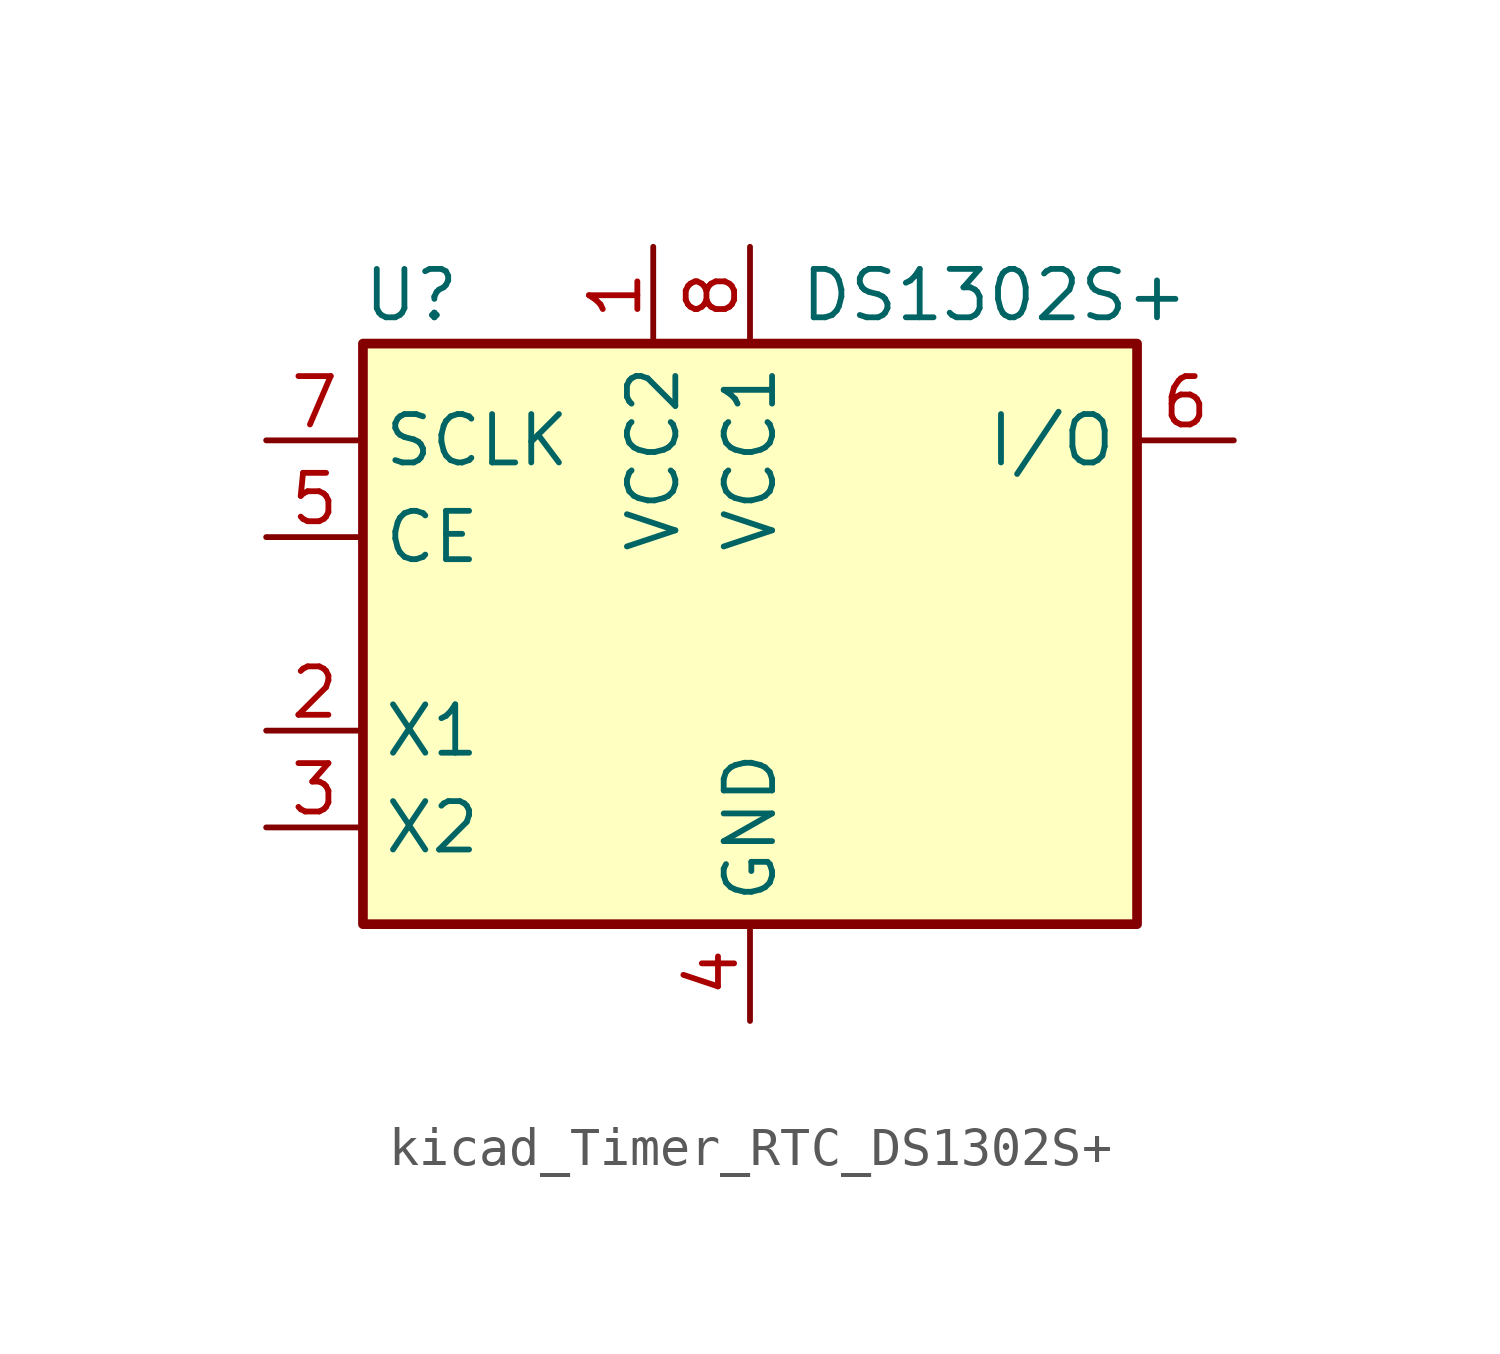
<source format=kicad_sym>
(kicad_symbol_lib
  (version 20220914)
  (generator kicad_symbol_editor)
  (symbol "kicad_Timer_RTC_DS1302S+"
    (property "Reference" "U"
      (at -8.89 8.89 0)
      (effects (font (size 1.27 1.27))))
    (property "Value" "DS1302S+"
      (at 1.27 8.89 0)
      (effects (font (size 1.27 1.27)) (justify left)))
    (symbol "kicad_Timer_RTC_DS1302S+_1_1"
      (rectangle (start -10.16 7.62) (end 10.16 -7.62) (stroke (width 0.254) (type default)) (fill (type background)))
      (pin power_in line (at -2.54 10.16 270) (length 2.54) (name "VCC2" (effects (font (size 1.27 1.27)))) (number "1" (effects (font (size 1.27 1.27)))))
      (pin input line (at -12.7 -2.54 0) (length 2.54) (name "X1" (effects (font (size 1.27 1.27)))) (number "2" (effects (font (size 1.27 1.27)))))
      (pin input line (at -12.7 -5.08 0) (length 2.54) (name "X2" (effects (font (size 1.27 1.27)))) (number "3" (effects (font (size 1.27 1.27)))))
      (pin power_in line (at 0 -10.16 90) (length 2.54) (name "GND" (effects (font (size 1.27 1.27)))) (number "4" (effects (font (size 1.27 1.27)))))
      (pin input line (at -12.7 2.54 0) (length 2.54) (name "CE" (effects (font (size 1.27 1.27)))) (number "5" (effects (font (size 1.27 1.27)))))
      (pin bidirectional line (at 12.7 5.08 180) (length 2.54) (name "I/O" (effects (font (size 1.27 1.27)))) (number "6" (effects (font (size 1.27 1.27)))))
      (pin input line (at -12.7 5.08 0) (length 2.54) (name "SCLK" (effects (font (size 1.27 1.27)))) (number "7" (effects (font (size 1.27 1.27)))))
      (pin power_in line (at 0 10.16 270) (length 2.54) (name "VCC1" (effects (font (size 1.27 1.27)))) (number "8" (effects (font (size 1.27 1.27))))))))
</source>
